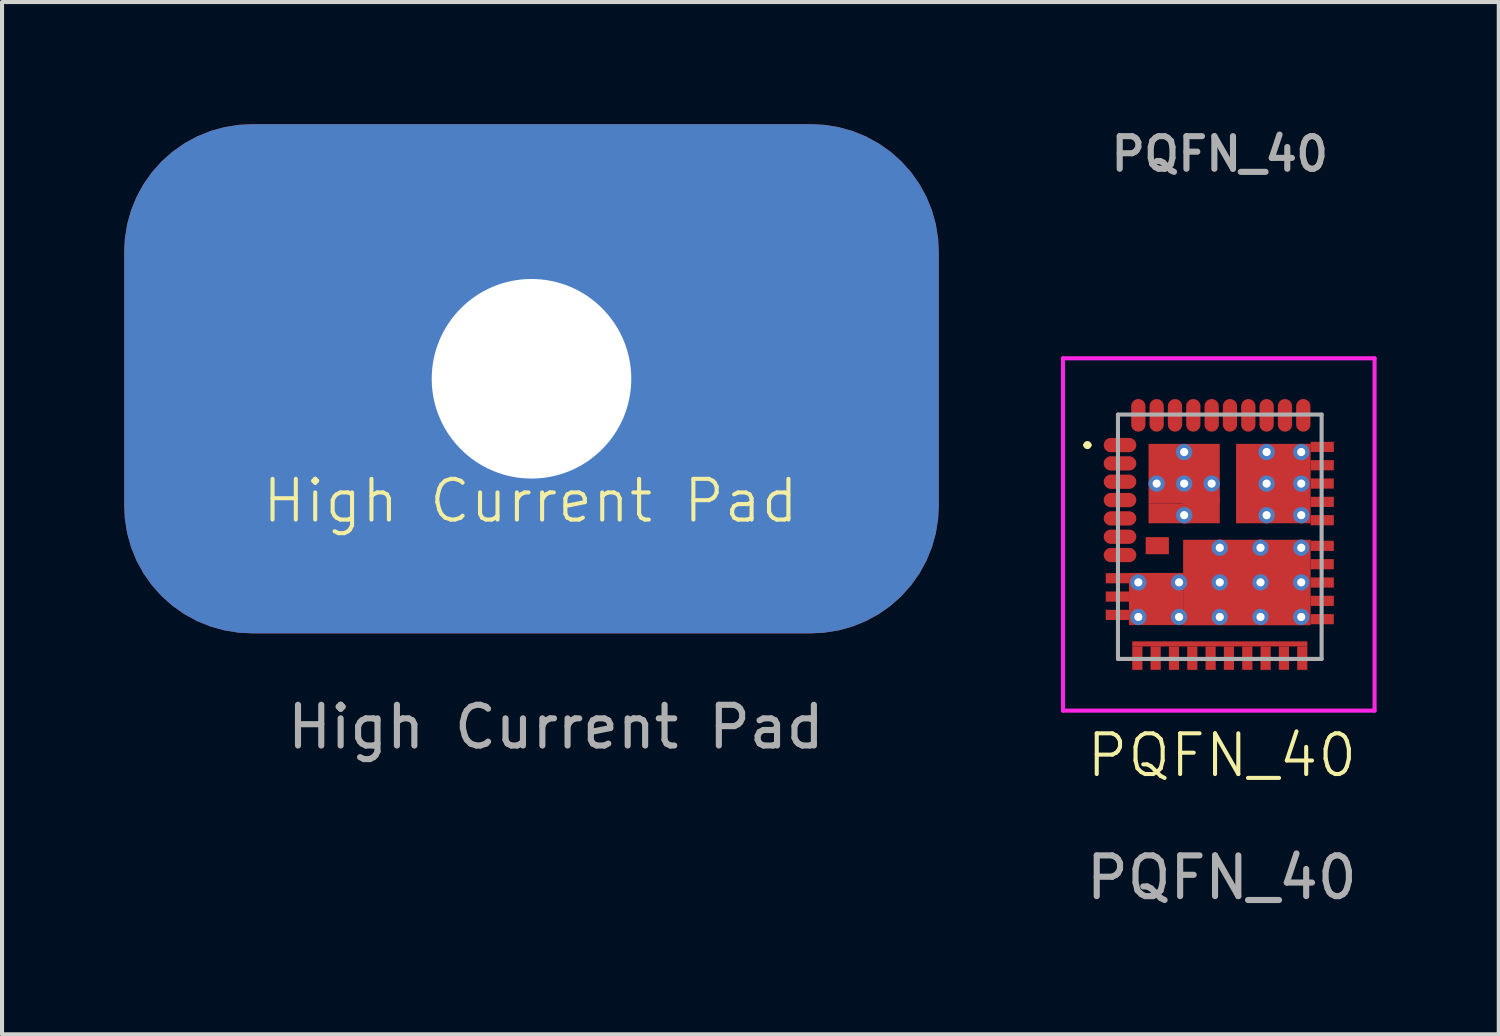
<source format=kicad_pcb>
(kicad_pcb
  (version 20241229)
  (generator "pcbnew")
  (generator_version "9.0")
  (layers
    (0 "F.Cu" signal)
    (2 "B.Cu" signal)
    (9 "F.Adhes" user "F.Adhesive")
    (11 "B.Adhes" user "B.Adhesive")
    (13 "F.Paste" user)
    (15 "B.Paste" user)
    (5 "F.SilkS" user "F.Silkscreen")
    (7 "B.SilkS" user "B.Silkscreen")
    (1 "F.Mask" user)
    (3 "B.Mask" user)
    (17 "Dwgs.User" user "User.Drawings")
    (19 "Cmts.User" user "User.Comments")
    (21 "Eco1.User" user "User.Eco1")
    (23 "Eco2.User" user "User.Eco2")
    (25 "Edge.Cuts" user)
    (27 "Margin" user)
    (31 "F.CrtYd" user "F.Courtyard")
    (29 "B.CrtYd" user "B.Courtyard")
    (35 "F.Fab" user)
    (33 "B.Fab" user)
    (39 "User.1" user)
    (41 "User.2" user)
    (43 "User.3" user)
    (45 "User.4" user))
  (footprint "High Current Pad"
    (layer "F.Cu")
    (at 10.6 12.3)
    (property "Reference" "High Current Pad" (at -0.625 -3.05 0) (unlocked yes) (layer "F.SilkS") (effects (font (size 1 1) (thickness 0.1))))
    (attr smd)
    (fp_circle (center -0.6 -6.05) (end 1.895 -6.05) (stroke (width 0.1) (type solid)) (fill yes) (layer "F.Mask"))
    (fp_text user "${REFERENCE}" (at 0 2.5 0) (unlocked yes) (layer "F.Fab") (effects (font (size 1 1) (thickness 0.15))))
    (pad "" np_thru_hole circle (at -0.6 -6.05) (size 8 8) (drill 4.9) (layers "*.Cu" "*.Mask"))
    (pad "1" smd roundrect (at -0.6 -6.05) (size 20 12.5) (layers "F.Cu" "F.Mask") (roundrect_rratio 0.25))
    (pad "1" smd roundrect (at -0.6 -6.05) (size 20 12.5) (layers "B.Cu" "B.Mask") (roundrect_rratio 0.25)))
  (footprint "PQFN_40"
    (layer "F.Cu")
    (at 26.95 15.998)
    (property "Reference" "PQFN_40" (at 0 -0.5 0) (unlocked yes) (layer "F.SilkS") (effects (font (size 1 1) (thickness 0.1))))
    (attr smd)
    (fp_line (start -3.35 -8.12) (end -3.35 -8.12) (stroke (width 0.1) (type solid)) (layer "F.SilkS"))
    (fp_line (start -3.25 -8.12) (end -3.25 -8.12) (stroke (width 0.1) (type solid)) (layer "F.SilkS"))
    (fp_arc (start -3.35 -8.12) (mid -3.3 -8.17) (end -3.25 -8.12) (stroke (width 0.1) (type solid)) (layer "F.SilkS"))
    (fp_arc (start -3.25 -8.12) (mid -3.3 -8.07) (end -3.35 -8.12) (stroke (width 0.1) (type solid)) (layer "F.SilkS"))
    (fp_rect (start -2.28 -4.975) (end -2.154 -4.725) (stroke (width 0) (type solid)) (fill yes) (layer "F.Paste"))
    (fp_rect (start -2.28 -4.525) (end -2.154 -4.275) (stroke (width 0) (type solid)) (fill yes) (layer "F.Paste"))
    (fp_rect (start -2.28 -4.075) (end -2.154 -3.825) (stroke (width 0) (type solid)) (fill yes) (layer "F.Paste"))
    (fp_rect (start -1.95 -4.759) (end -1.15 -3.729) (stroke (width 0) (type solid)) (fill yes) (layer "F.Paste"))
    (fp_rect (start -1.715 -8.144) (end -1.025 -7.274) (stroke (width 0) (type solid)) (fill yes) (layer "F.Paste"))
    (fp_rect (start -1.715 -7.074) (end -1.025 -6.204) (stroke (width 0) (type solid)) (fill yes) (layer "F.Paste"))
    (fp_rect (start -0.95 -5.769) (end -0.15 -4.849) (stroke (width 0) (type solid)) (fill yes) (layer "F.Paste"))
    (fp_rect (start -0.95 -4.649) (end -0.15 -3.729) (stroke (width 0) (type solid)) (fill yes) (layer "F.Paste"))
    (fp_rect (start -0.825 -8.144) (end -0.135 -7.274) (stroke (width 0) (type solid)) (fill yes) (layer "F.Paste"))
    (fp_rect (start -0.825 -7.074) (end -0.135 -6.694) (stroke (width 0) (type solid)) (fill yes) (layer "F.Paste"))
    (fp_rect (start 0.05 -5.769) (end 0.85 -4.849) (stroke (width 0) (type solid)) (fill yes) (layer "F.Paste"))
    (fp_rect (start 0.05 -4.649) (end 0.85 -3.729) (stroke (width 0) (type solid)) (fill yes) (layer "F.Paste"))
    (fp_rect (start 0.37 -8.144) (end 1 -7.274) (stroke (width 0) (type solid)) (fill yes) (layer "F.Paste"))
    (fp_rect (start 0.37 -7.074) (end 1 -6.204) (stroke (width 0) (type solid)) (fill yes) (layer "F.Paste"))
    (fp_rect (start 1.05 -5.769) (end 1.85 -4.849) (stroke (width 0) (type solid)) (fill yes) (layer "F.Paste"))
    (fp_rect (start 1.05 -4.649) (end 1.85 -3.729) (stroke (width 0) (type solid)) (fill yes) (layer "F.Paste"))
    (fp_rect (start 1.2 -8.144) (end 1.85 -7.274) (stroke (width 0) (type solid)) (fill yes) (layer "F.Paste"))
    (fp_rect (start 1.2 -7.074) (end 1.85 -6.204) (stroke (width 0) (type solid)) (fill yes) (layer "F.Paste"))
    (fp_rect (start 2.054 -8.2) (end 2.18 -7.95) (stroke (width 0) (type solid)) (fill yes) (layer "F.Paste"))
    (fp_rect (start 2.054 -7.75) (end 2.18 -7.5) (stroke (width 0) (type solid)) (fill yes) (layer "F.Paste"))
    (fp_rect (start 2.054 -7.3) (end 2.18 -7.05) (stroke (width 0) (type solid)) (fill yes) (layer "F.Paste"))
    (fp_rect (start 2.054 -6.85) (end 2.18 -6.6) (stroke (width 0) (type solid)) (fill yes) (layer "F.Paste"))
    (fp_rect (start 2.054 -6.4) (end 2.18 -6.15) (stroke (width 0) (type solid)) (fill yes) (layer "F.Paste"))
    (fp_rect (start 2.054 -5.771) (end 2.18 -5.521) (stroke (width 0) (type solid)) (fill yes) (layer "F.Paste"))
    (fp_rect (start 2.054 -5.32) (end 2.18 -5.07) (stroke (width 0) (type solid)) (fill yes) (layer "F.Paste"))
    (fp_rect (start 2.054 -4.87) (end 2.18 -4.62) (stroke (width 0) (type solid)) (fill yes) (layer "F.Paste"))
    (fp_rect (start 2.054 -4.42) (end 2.18 -4.17) (stroke (width 0) (type solid)) (fill yes) (layer "F.Paste"))
    (fp_rect (start 2.054 -3.97) (end 2.18 -3.72) (stroke (width 0) (type solid)) (fill yes) (layer "F.Paste"))
    (fp_line (start -3.9 -10.25) (end 3.75 -10.25) (stroke (width 0.1) (type solid)) (layer "F.CrtYd"))
    (fp_line (start -3.9 -1.6) (end -3.9 -10.25) (stroke (width 0.1) (type solid)) (layer "F.CrtYd"))
    (fp_line (start 3.75 -10.25) (end 3.75 -1.6) (stroke (width 0.1) (type solid)) (layer "F.CrtYd"))
    (fp_line (start 3.75 -1.6) (end -3.9 -1.6) (stroke (width 0.1) (type solid)) (layer "F.CrtYd"))
    (fp_line (start -2.55 -8.869) (end 2.45 -8.869) (stroke (width 0.1) (type solid)) (layer "F.Fab"))
    (fp_line (start -2.55 -2.869) (end -2.55 -8.869) (stroke (width 0.1) (type solid)) (layer "F.Fab"))
    (fp_line (start 2.45 -8.869) (end 2.45 -2.869) (stroke (width 0.1) (type solid)) (layer "F.Fab"))
    (fp_line (start 2.45 -2.869) (end -2.55 -2.869) (stroke (width 0.1) (type solid)) (layer "F.Fab"))
    (fp_text user "${REFERENCE}" (at -0.05 -15.267 0) (layer "F.Fab") (effects (font (size 0.8 0.8) (thickness 0.15))))
    (fp_text user "${REFERENCE}" (at 0 2.5 0) (unlocked yes) (layer "F.Fab") (effects (font (size 1 1) (thickness 0.15))))
    (pad "1" smd oval (at -2.5 -8.12 90) (size 0.35 0.8) (layers "F.Cu" "F.Mask" "F.Paste"))
    (pad "2" smd oval (at -2.5 -7.67 90) (size 0.35 0.8) (layers "F.Cu" "F.Mask" "F.Paste"))
    (pad "3" smd oval (at -2.5 -7.22 90) (size 0.35 0.8) (layers "F.Cu" "F.Mask" "F.Paste"))
    (pad "4" smd oval (at -2.5 -6.77 90) (size 0.35 0.8) (layers "F.Cu" "F.Mask" "F.Paste"))
    (pad "5" smd oval (at -2.5 -6.32 90) (size 0.35 0.8) (layers "F.Cu" "F.Mask" "F.Paste"))
    (pad "6" smd oval (at -2.5 -5.87 90) (size 0.35 0.8) (layers "F.Cu" "F.Mask" "F.Paste"))
    (pad "7" smd oval (at -2.5 -5.42 90) (size 0.35 0.8) (layers "F.Cu" "F.Mask" "F.Paste"))
    (pad "8" smd rect (at -2.565 -4.85 90) (size 0.25 0.57) (layers "F.Cu" "F.Mask" "F.Paste"))
    (pad "8" thru_hole circle (at -2.05 -4.749) (size 0.4 0.4) (drill 0.2) (layers "*.Cu"))
    (pad "8" thru_hole circle (at -2.05 -3.899) (size 0.4 0.4) (drill 0.2) (layers "*.Cu"))
    (pad "8" smd rect (at -1.615 -4.34) (size 1.33 1.28) (layers "F.Cu" "F.Mask"))
    (pad "8" thru_hole circle (at -1.05 -4.749) (size 0.4 0.4) (drill 0.2) (layers "*.Cu"))
    (pad "8" thru_hole circle (at -1.05 -3.899) (size 0.4 0.4) (drill 0.2) (layers "*.Cu"))
    (pad "8" thru_hole circle (at -0.05 -5.599) (size 0.4 0.4) (drill 0.2) (layers "*.Cu"))
    (pad "8" thru_hole circle (at -0.05 -4.749) (size 0.4 0.4) (drill 0.2) (layers "*.Cu"))
    (pad "8" thru_hole circle (at -0.05 -3.899) (size 0.4 0.4) (drill 0.2) (layers "*.Cu"))
    (pad "8" smd rect (at 0.615 -4.745 90) (size 2.1 3.13) (layers "F.Cu" "F.Mask"))
    (pad "8" thru_hole circle (at 0.95 -5.599) (size 0.4 0.4) (drill 0.2) (layers "*.Cu"))
    (pad "8" thru_hole circle (at 0.95 -4.749) (size 0.4 0.4) (drill 0.2) (layers "*.Cu"))
    (pad "8" thru_hole circle (at 0.95 -3.899) (size 0.4 0.4) (drill 0.2) (layers "*.Cu"))
    (pad "8" thru_hole circle (at 1.95 -5.599) (size 0.4 0.4) (drill 0.2) (layers "*.Cu"))
    (pad "8" thru_hole circle (at 1.95 -4.749) (size 0.4 0.4) (drill 0.2) (layers "*.Cu"))
    (pad "8" thru_hole circle (at 1.95 -3.899) (size 0.4 0.4) (drill 0.2) (layers "*.Cu"))
    (pad "9" smd rect (at -2.565 -3.95 90) (size 0.25 0.57) (layers "F.Cu" "F.Mask" "F.Paste"))
    (pad "10" smd rect (at -2.075 -2.888) (size 0.25 0.575) (layers "F.Cu" "F.Mask" "F.Paste"))
    (pad "10" smd rect (at -0.05 -3.238 90) (size 0.125 4.3) (layers "F.Cu" "F.Mask" "F.Paste"))
    (pad "11" smd rect (at -1.625 -2.888) (size 0.25 0.575) (layers "F.Cu" "F.Mask" "F.Paste"))
    (pad "12" smd rect (at -1.175 -2.888) (size 0.25 0.575) (layers "F.Cu" "F.Mask" "F.Paste"))
    (pad "13" smd rect (at -0.725 -2.888) (size 0.25 0.575) (layers "F.Cu" "F.Mask" "F.Paste"))
    (pad "14" smd rect (at -0.275 -2.888) (size 0.25 0.575) (layers "F.Cu" "F.Mask" "F.Paste"))
    (pad "15" smd rect (at 0.175 -2.888) (size 0.25 0.575) (layers "F.Cu" "F.Mask" "F.Paste"))
    (pad "16" smd rect (at 0.625 -2.888) (size 0.25 0.575) (layers "F.Cu" "F.Mask" "F.Paste"))
    (pad "17" smd rect (at 1.075 -2.888) (size 0.25 0.575) (layers "F.Cu" "F.Mask" "F.Paste"))
    (pad "18" smd rect (at 1.525 -2.888) (size 0.25 0.575) (layers "F.Cu" "F.Mask" "F.Paste"))
    (pad "19" smd rect (at 1.975 -2.888) (size 0.25 0.575) (layers "F.Cu" "F.Mask" "F.Paste"))
    (pad "20" smd rect (at 2.465 -3.845 90) (size 0.25 0.57) (layers "F.Cu" "F.Mask" "F.Paste"))
    (pad "21" smd rect (at 2.465 -4.295 90) (size 0.25 0.57) (layers "F.Cu" "F.Mask" "F.Paste"))
    (pad "22" smd rect (at 2.465 -4.745 90) (size 0.25 0.57) (layers "F.Cu" "F.Mask" "F.Paste"))
    (pad "23" smd rect (at 2.465 -5.195 90) (size 0.25 0.57) (layers "F.Cu" "F.Mask" "F.Paste"))
    (pad "24" smd rect (at 2.465 -5.646 90) (size 0.25 0.57) (layers "F.Cu" "F.Mask" "F.Paste"))
    (pad "25" thru_hole circle (at 1.1 -7.949) (size 0.4 0.4) (drill 0.2) (layers "*.Cu"))
    (pad "25" thru_hole circle (at 1.1 -7.174) (size 0.4 0.4) (drill 0.2) (layers "*.Cu"))
    (pad "25" thru_hole circle (at 1.1 -6.399) (size 0.4 0.4) (drill 0.2) (layers "*.Cu"))
    (pad "25" smd rect (at 1.265 -7.175) (size 1.83 1.95) (layers "F.Cu" "F.Mask"))
    (pad "25" thru_hole circle (at 1.95 -7.949) (size 0.4 0.4) (drill 0.2) (layers "*.Cu"))
    (pad "25" thru_hole circle (at 1.95 -7.174) (size 0.4 0.4) (drill 0.2) (layers "*.Cu"))
    (pad "25" thru_hole circle (at 1.95 -6.399) (size 0.4 0.4) (drill 0.2) (layers "*.Cu"))
    (pad "25" smd rect (at 2.465 -6.275 90) (size 0.25 0.57) (layers "F.Cu" "F.Mask" "F.Paste"))
    (pad "26" smd rect (at 2.465 -6.725 90) (size 0.25 0.57) (layers "F.Cu" "F.Mask" "F.Paste"))
    (pad "27" smd rect (at 2.465 -7.175 90) (size 0.25 0.57) (layers "F.Cu" "F.Mask" "F.Paste"))
    (pad "28" smd rect (at 2.465 -7.625 90) (size 0.25 0.57) (layers "F.Cu" "F.Mask" "F.Paste"))
    (pad "29" smd rect (at 2.465 -8.075 90) (size 0.25 0.57) (layers "F.Cu" "F.Mask" "F.Paste"))
    (pad "30" smd oval (at 2 -8.85) (size 0.35 0.8) (layers "F.Cu" "F.Mask" "F.Paste"))
    (pad "31" smd oval (at 1.55 -8.85) (size 0.35 0.8) (layers "F.Cu" "F.Mask" "F.Paste"))
    (pad "32" smd oval (at 1.1 -8.85) (size 0.35 0.8) (layers "F.Cu" "F.Mask" "F.Paste"))
    (pad "33" smd oval (at 0.65 -8.85) (size 0.35 0.8) (layers "F.Cu" "F.Mask" "F.Paste"))
    (pad "34" smd oval (at 0.2 -8.85) (size 0.35 0.8) (layers "F.Cu" "F.Mask" "F.Paste"))
    (pad "35" smd oval (at -0.25 -8.85) (size 0.35 0.8) (layers "F.Cu" "F.Mask" "F.Paste"))
    (pad "36" smd oval (at -0.7 -8.85) (size 0.35 0.8) (layers "F.Cu" "F.Mask" "F.Paste"))
    (pad "37" smd oval (at -1.15 -8.85) (size 0.35 0.8) (layers "F.Cu" "F.Mask" "F.Paste"))
    (pad "38" smd oval (at -1.6 -8.85) (size 0.35 0.8) (layers "F.Cu" "F.Mask" "F.Paste"))
    (pad "39" smd oval (at -2.05 -8.85) (size 0.35 0.8) (layers "F.Cu" "F.Mask" "F.Paste"))
    (pad "40" thru_hole circle (at -1.6 -7.174) (size 0.4 0.4) (drill 0.2) (layers "*.Cu"))
    (pad "40" smd rect (at -1.3 -6.445 90) (size 0.49 1) (layers "F.Cu" "F.Mask"))
    (pad "40" thru_hole circle (at -0.925 -7.949) (size 0.4 0.4) (drill 0.2) (layers "*.Cu"))
    (pad "40" smd rect (at -0.925 -7.42 90) (size 1.46 1.75) (layers "F.Cu" "F.Mask"))
    (pad "40" thru_hole circle (at -0.925 -7.174) (size 0.4 0.4) (drill 0.2) (layers "*.Cu"))
    (pad "40" thru_hole circle (at -0.925 -6.399) (size 0.4 0.4) (drill 0.2) (layers "*.Cu"))
    (pad "40" smd rect (at -0.5 -6.516) (size 0.9 0.631) (layers "F.Cu"))
    (pad "40" thru_hole circle (at -0.25 -7.174) (size 0.4 0.4) (drill 0.2) (layers "*.Cu"))
    (pad "41" smd rect (at -1.585 -5.65 90) (size 0.42 0.57) (layers "F.Cu" "F.Mask" "F.Paste"))
    (pad "A8" smd rect (at -2.565 -4.4 90) (size 0.25 0.57) (layers "F.Cu" "F.Mask" "F.Paste")))
  (gr_rect
    (start -3 -3)
    (end 33.75 22.346)
    (stroke (width 0.1) (type default))
    (fill no)
    (layer "Edge.Cuts")))
</source>
